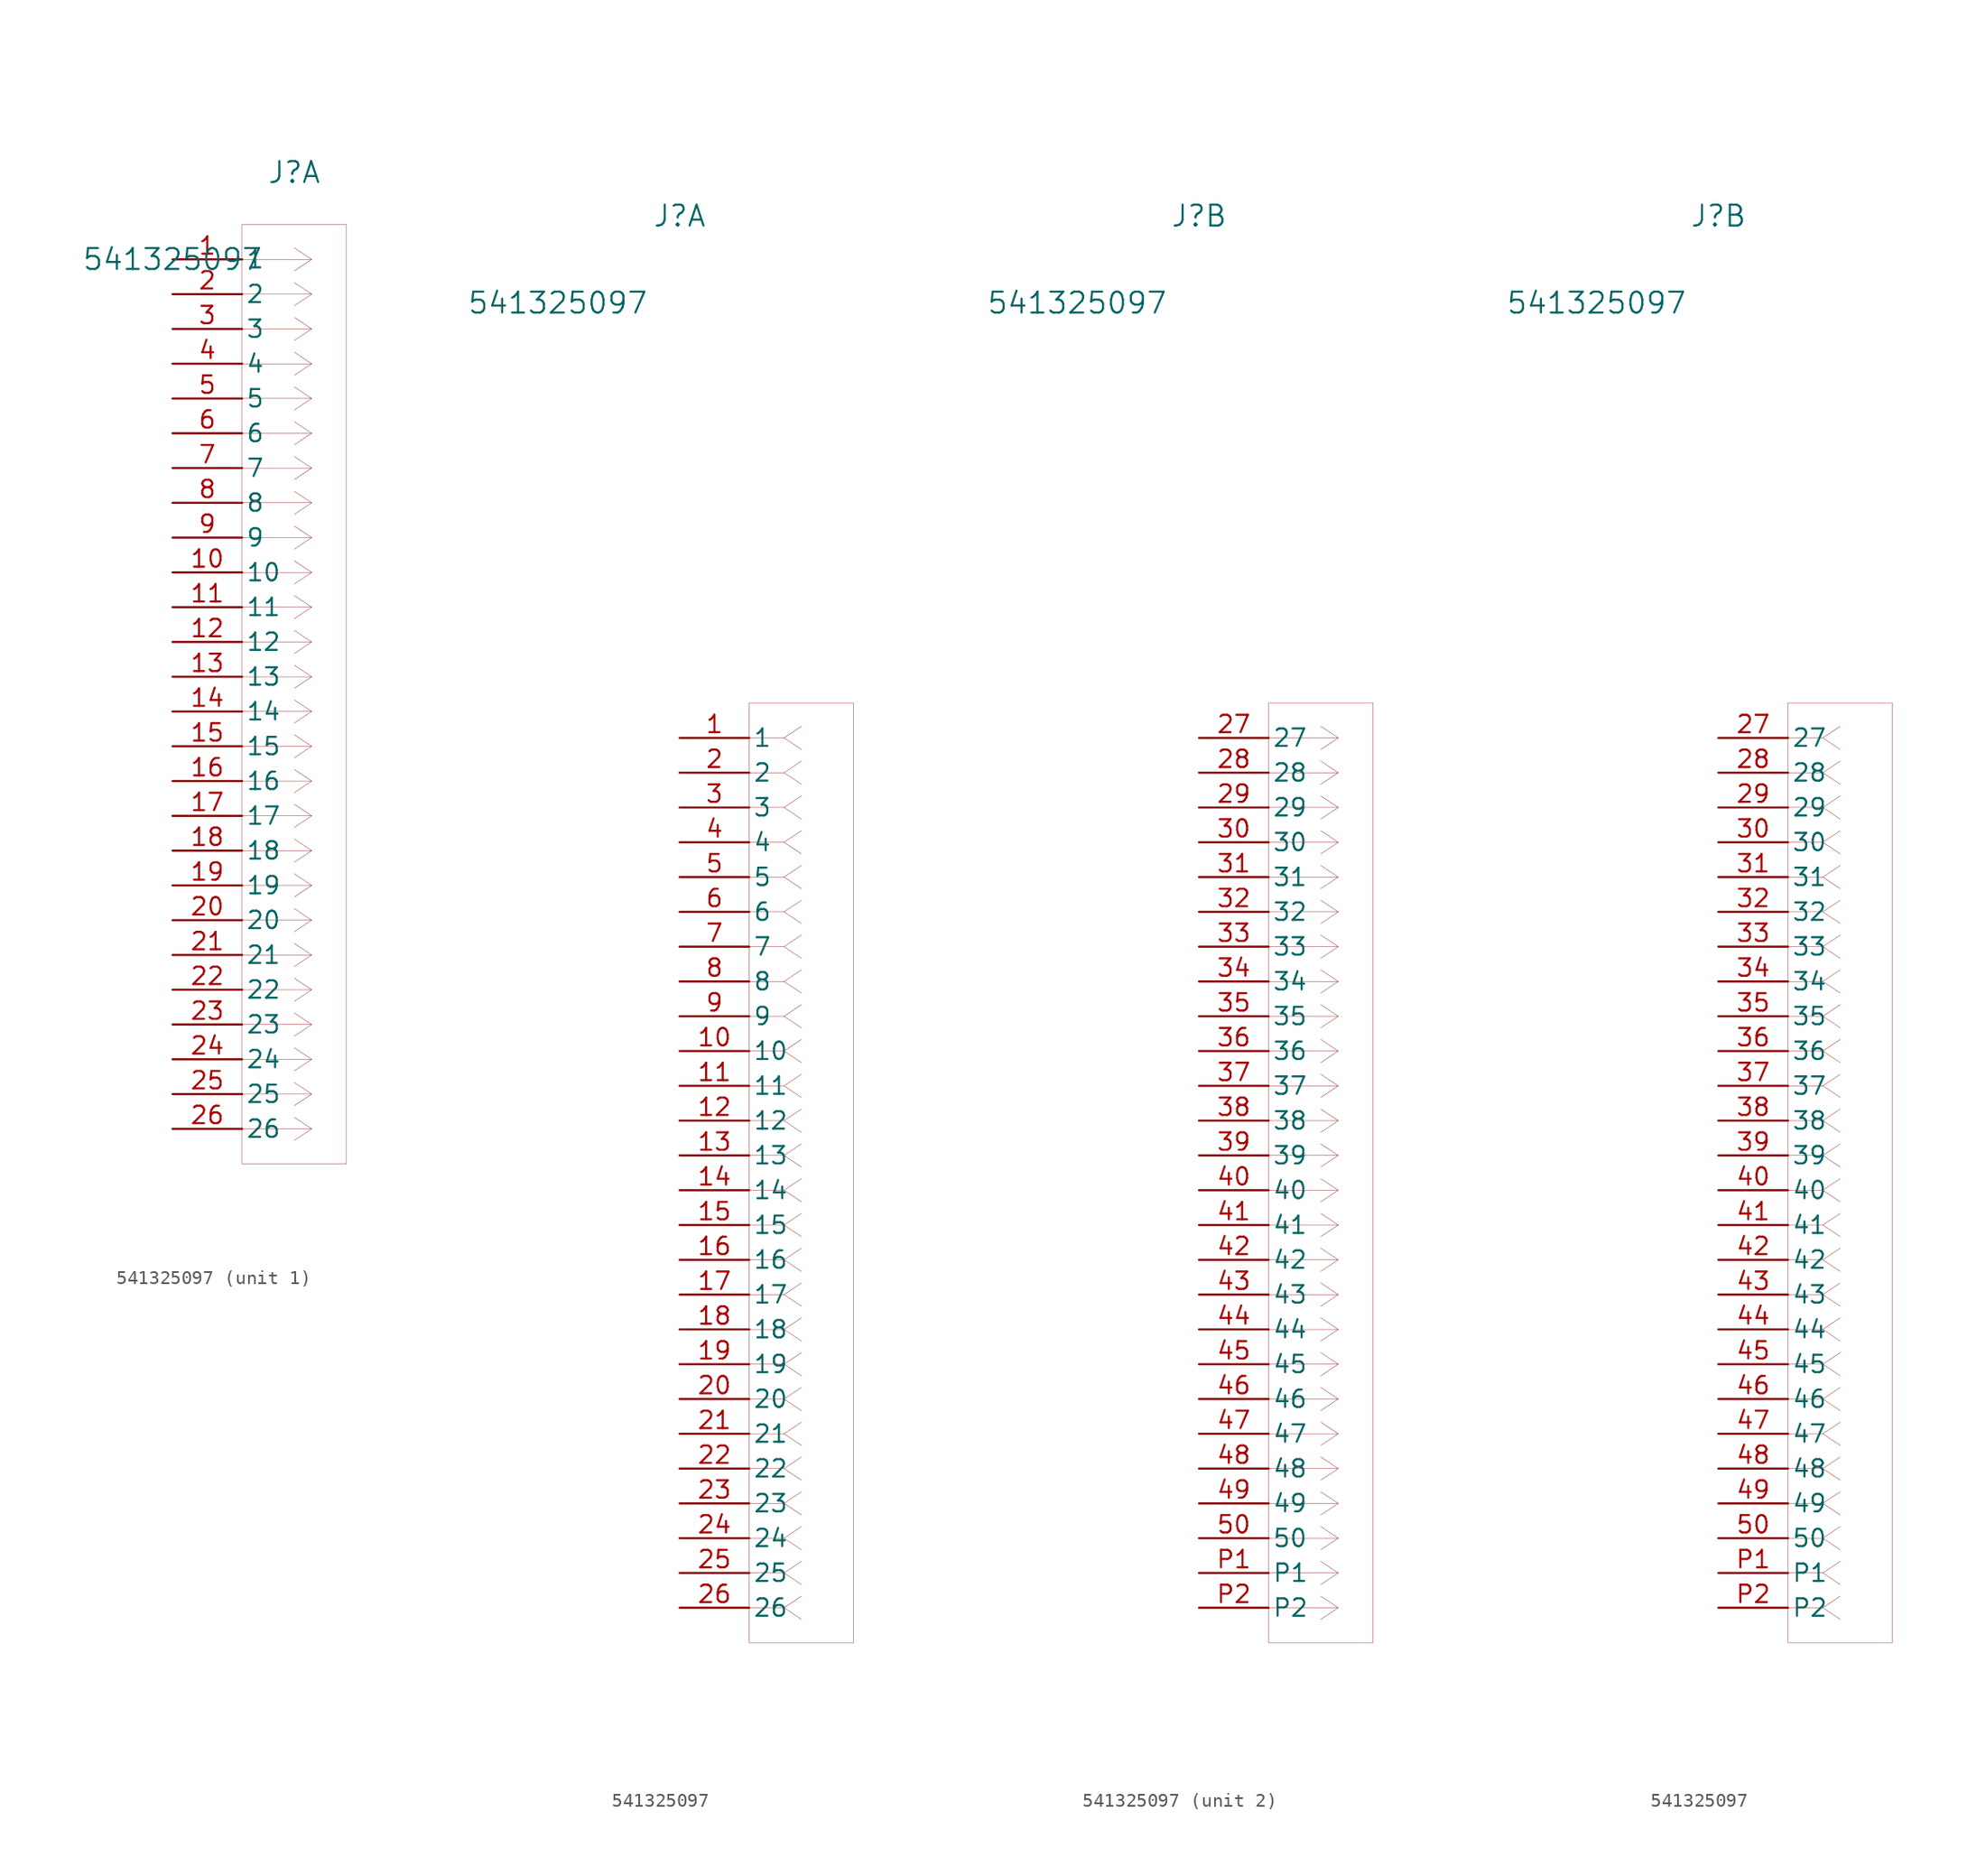
<source format=kicad_sym>
(kicad_symbol_lib
  (version 20241209)
  (generator "kicad_symbol_editor")
  (generator_version "9.0")
  (symbol "541325097"
    (pin_names
      (offset 0.254))
    (property "Reference" "J"
      (at 0 38.1 0)
      (effects (font (size 1.524 1.524))))
    (property "Value" "541325097"
      (at -8.89 31.75 0)
      (effects (font (size 1.524 1.524))))
    (property "ki_locked" ""
      (at 0 0 0)
      (effects (font (size 1.27 1.27))))
    (symbol "541325097_1_1"
      (polyline (pts (xy -3.81 34.29) (xy -3.81 -34.29)) (stroke (width 0.025) (type default)) (fill (type none)))
      (polyline (pts (xy -3.81 -34.29) (xy 3.81 -34.29)) (stroke (width 0.025) (type default)) (fill (type none)))
      (polyline (pts (xy 1.27 31.75) (xy -3.81 31.75)) (stroke (width 0.025) (type default)) (fill (type none)))
      (polyline (pts (xy 1.27 31.75) (xy 0 32.597)) (stroke (width 0.025) (type default)) (fill (type none)))
      (polyline (pts (xy 1.27 31.75) (xy 0 30.903)) (stroke (width 0.025) (type default)) (fill (type none)))
      (polyline (pts (xy 1.27 29.21) (xy -3.81 29.21)) (stroke (width 0.025) (type default)) (fill (type none)))
      (polyline (pts (xy 1.27 29.21) (xy 0 30.057)) (stroke (width 0.025) (type default)) (fill (type none)))
      (polyline (pts (xy 1.27 29.21) (xy 0 28.363)) (stroke (width 0.025) (type default)) (fill (type none)))
      (polyline (pts (xy 1.27 26.67) (xy -3.81 26.67)) (stroke (width 0.025) (type default)) (fill (type none)))
      (polyline (pts (xy 1.27 26.67) (xy 0 27.517)) (stroke (width 0.025) (type default)) (fill (type none)))
      (polyline (pts (xy 1.27 26.67) (xy 0 25.823)) (stroke (width 0.025) (type default)) (fill (type none)))
      (polyline (pts (xy 1.27 24.13) (xy -3.81 24.13)) (stroke (width 0.025) (type default)) (fill (type none)))
      (polyline (pts (xy 1.27 24.13) (xy 0 24.977)) (stroke (width 0.025) (type default)) (fill (type none)))
      (polyline (pts (xy 1.27 24.13) (xy 0 23.283)) (stroke (width 0.025) (type default)) (fill (type none)))
      (polyline (pts (xy 1.27 21.59) (xy -3.81 21.59)) (stroke (width 0.025) (type default)) (fill (type none)))
      (polyline (pts (xy 1.27 21.59) (xy 0 22.437)) (stroke (width 0.025) (type default)) (fill (type none)))
      (polyline (pts (xy 1.27 21.59) (xy 0 20.743)) (stroke (width 0.025) (type default)) (fill (type none)))
      (polyline (pts (xy 1.27 19.05) (xy -3.81 19.05)) (stroke (width 0.025) (type default)) (fill (type none)))
      (polyline (pts (xy 1.27 19.05) (xy 0 19.897)) (stroke (width 0.025) (type default)) (fill (type none)))
      (polyline (pts (xy 1.27 19.05) (xy 0 18.203)) (stroke (width 0.025) (type default)) (fill (type none)))
      (polyline (pts (xy 1.27 16.51) (xy -3.81 16.51)) (stroke (width 0.025) (type default)) (fill (type none)))
      (polyline (pts (xy 1.27 16.51) (xy 0 17.357)) (stroke (width 0.025) (type default)) (fill (type none)))
      (polyline (pts (xy 1.27 16.51) (xy 0 15.663)) (stroke (width 0.025) (type default)) (fill (type none)))
      (polyline (pts (xy 1.27 13.97) (xy -3.81 13.97)) (stroke (width 0.025) (type default)) (fill (type none)))
      (polyline (pts (xy 1.27 13.97) (xy 0 14.817)) (stroke (width 0.025) (type default)) (fill (type none)))
      (polyline (pts (xy 1.27 13.97) (xy 0 13.123)) (stroke (width 0.025) (type default)) (fill (type none)))
      (polyline (pts (xy 1.27 11.43) (xy -3.81 11.43)) (stroke (width 0.025) (type default)) (fill (type none)))
      (polyline (pts (xy 1.27 11.43) (xy 0 12.277)) (stroke (width 0.025) (type default)) (fill (type none)))
      (polyline (pts (xy 1.27 11.43) (xy 0 10.583)) (stroke (width 0.025) (type default)) (fill (type none)))
      (polyline (pts (xy 1.27 8.89) (xy -3.81 8.89)) (stroke (width 0.025) (type default)) (fill (type none)))
      (polyline (pts (xy 1.27 8.89) (xy 0 9.737)) (stroke (width 0.025) (type default)) (fill (type none)))
      (polyline (pts (xy 1.27 8.89) (xy 0 8.043)) (stroke (width 0.025) (type default)) (fill (type none)))
      (polyline (pts (xy 1.27 6.35) (xy -3.81 6.35)) (stroke (width 0.025) (type default)) (fill (type none)))
      (polyline (pts (xy 1.27 6.35) (xy 0 7.197)) (stroke (width 0.025) (type default)) (fill (type none)))
      (polyline (pts (xy 1.27 6.35) (xy 0 5.503)) (stroke (width 0.025) (type default)) (fill (type none)))
      (polyline (pts (xy 1.27 3.81) (xy -3.81 3.81)) (stroke (width 0.025) (type default)) (fill (type none)))
      (polyline (pts (xy 1.27 3.81) (xy 0 4.657)) (stroke (width 0.025) (type default)) (fill (type none)))
      (polyline (pts (xy 1.27 3.81) (xy 0 2.963)) (stroke (width 0.025) (type default)) (fill (type none)))
      (polyline (pts (xy 1.27 1.27) (xy -3.81 1.27)) (stroke (width 0.025) (type default)) (fill (type none)))
      (polyline (pts (xy 1.27 1.27) (xy 0 2.117)) (stroke (width 0.025) (type default)) (fill (type none)))
      (polyline (pts (xy 1.27 1.27) (xy 0 0.423)) (stroke (width 0.025) (type default)) (fill (type none)))
      (polyline (pts (xy 1.27 -1.27) (xy -3.81 -1.27)) (stroke (width 0.025) (type default)) (fill (type none)))
      (polyline (pts (xy 1.27 -1.27) (xy 0 -0.423)) (stroke (width 0.025) (type default)) (fill (type none)))
      (polyline (pts (xy 1.27 -1.27) (xy 0 -2.117)) (stroke (width 0.025) (type default)) (fill (type none)))
      (polyline (pts (xy 1.27 -3.81) (xy -3.81 -3.81)) (stroke (width 0.025) (type default)) (fill (type none)))
      (polyline (pts (xy 1.27 -3.81) (xy 0 -2.963)) (stroke (width 0.025) (type default)) (fill (type none)))
      (polyline (pts (xy 1.27 -3.81) (xy 0 -4.657)) (stroke (width 0.025) (type default)) (fill (type none)))
      (polyline (pts (xy 1.27 -6.35) (xy -3.81 -6.35)) (stroke (width 0.025) (type default)) (fill (type none)))
      (polyline (pts (xy 1.27 -6.35) (xy 0 -5.503)) (stroke (width 0.025) (type default)) (fill (type none)))
      (polyline (pts (xy 1.27 -6.35) (xy 0 -7.197)) (stroke (width 0.025) (type default)) (fill (type none)))
      (polyline (pts (xy 1.27 -8.89) (xy -3.81 -8.89)) (stroke (width 0.025) (type default)) (fill (type none)))
      (polyline (pts (xy 1.27 -8.89) (xy 0 -8.043)) (stroke (width 0.025) (type default)) (fill (type none)))
      (polyline (pts (xy 1.27 -8.89) (xy 0 -9.737)) (stroke (width 0.025) (type default)) (fill (type none)))
      (polyline (pts (xy 1.27 -11.43) (xy -3.81 -11.43)) (stroke (width 0.025) (type default)) (fill (type none)))
      (polyline (pts (xy 1.27 -11.43) (xy 0 -10.583)) (stroke (width 0.025) (type default)) (fill (type none)))
      (polyline (pts (xy 1.27 -11.43) (xy 0 -12.277)) (stroke (width 0.025) (type default)) (fill (type none)))
      (polyline (pts (xy 1.27 -13.97) (xy -3.81 -13.97)) (stroke (width 0.025) (type default)) (fill (type none)))
      (polyline (pts (xy 1.27 -13.97) (xy 0 -13.123)) (stroke (width 0.025) (type default)) (fill (type none)))
      (polyline (pts (xy 1.27 -13.97) (xy 0 -14.817)) (stroke (width 0.025) (type default)) (fill (type none)))
      (polyline (pts (xy 1.27 -16.51) (xy -3.81 -16.51)) (stroke (width 0.025) (type default)) (fill (type none)))
      (polyline (pts (xy 1.27 -16.51) (xy 0 -15.663)) (stroke (width 0.025) (type default)) (fill (type none)))
      (polyline (pts (xy 1.27 -16.51) (xy 0 -17.357)) (stroke (width 0.025) (type default)) (fill (type none)))
      (polyline (pts (xy 1.27 -19.05) (xy -3.81 -19.05)) (stroke (width 0.025) (type default)) (fill (type none)))
      (polyline (pts (xy 1.27 -19.05) (xy 0 -18.203)) (stroke (width 0.025) (type default)) (fill (type none)))
      (polyline (pts (xy 1.27 -19.05) (xy 0 -19.897)) (stroke (width 0.025) (type default)) (fill (type none)))
      (polyline (pts (xy 1.27 -21.59) (xy -3.81 -21.59)) (stroke (width 0.025) (type default)) (fill (type none)))
      (polyline (pts (xy 1.27 -21.59) (xy 0 -20.743)) (stroke (width 0.025) (type default)) (fill (type none)))
      (polyline (pts (xy 1.27 -21.59) (xy 0 -22.437)) (stroke (width 0.025) (type default)) (fill (type none)))
      (polyline (pts (xy 1.27 -24.13) (xy -3.81 -24.13)) (stroke (width 0.025) (type default)) (fill (type none)))
      (polyline (pts (xy 1.27 -24.13) (xy 0 -23.283)) (stroke (width 0.025) (type default)) (fill (type none)))
      (polyline (pts (xy 1.27 -24.13) (xy 0 -24.977)) (stroke (width 0.025) (type default)) (fill (type none)))
      (polyline (pts (xy 1.27 -26.67) (xy -3.81 -26.67)) (stroke (width 0.025) (type default)) (fill (type none)))
      (polyline (pts (xy 1.27 -26.67) (xy 0 -25.823)) (stroke (width 0.025) (type default)) (fill (type none)))
      (polyline (pts (xy 1.27 -26.67) (xy 0 -27.517)) (stroke (width 0.025) (type default)) (fill (type none)))
      (polyline (pts (xy 1.27 -29.21) (xy -3.81 -29.21)) (stroke (width 0.025) (type default)) (fill (type none)))
      (polyline (pts (xy 1.27 -29.21) (xy 0 -28.363)) (stroke (width 0.025) (type default)) (fill (type none)))
      (polyline (pts (xy 1.27 -29.21) (xy 0 -30.057)) (stroke (width 0.025) (type default)) (fill (type none)))
      (polyline (pts (xy 1.27 -31.75) (xy -3.81 -31.75)) (stroke (width 0.025) (type default)) (fill (type none)))
      (polyline (pts (xy 1.27 -31.75) (xy 0 -30.903)) (stroke (width 0.025) (type default)) (fill (type none)))
      (polyline (pts (xy 1.27 -31.75) (xy 0 -32.597)) (stroke (width 0.025) (type default)) (fill (type none)))
      (polyline (pts (xy 3.81 34.29) (xy -3.81 34.29)) (stroke (width 0.025) (type default)) (fill (type none)))
      (polyline (pts (xy 3.81 -34.29) (xy 3.81 34.29)) (stroke (width 0.025) (type default)) (fill (type none)))
      (pin unspecified line (at -8.89 31.75 0) (length 5.08) (name "1" (effects (font (size 1.27 1.27)))) (number "1" (effects (font (size 1.27 1.27)))))
      (pin unspecified line (at -8.89 29.21 0) (length 5.08) (name "2" (effects (font (size 1.27 1.27)))) (number "2" (effects (font (size 1.27 1.27)))))
      (pin unspecified line (at -8.89 26.67 0) (length 5.08) (name "3" (effects (font (size 1.27 1.27)))) (number "3" (effects (font (size 1.27 1.27)))))
      (pin unspecified line (at -8.89 24.13 0) (length 5.08) (name "4" (effects (font (size 1.27 1.27)))) (number "4" (effects (font (size 1.27 1.27)))))
      (pin unspecified line (at -8.89 21.59 0) (length 5.08) (name "5" (effects (font (size 1.27 1.27)))) (number "5" (effects (font (size 1.27 1.27)))))
      (pin unspecified line (at -8.89 19.05 0) (length 5.08) (name "6" (effects (font (size 1.27 1.27)))) (number "6" (effects (font (size 1.27 1.27)))))
      (pin unspecified line (at -8.89 16.51 0) (length 5.08) (name "7" (effects (font (size 1.27 1.27)))) (number "7" (effects (font (size 1.27 1.27)))))
      (pin unspecified line (at -8.89 13.97 0) (length 5.08) (name "8" (effects (font (size 1.27 1.27)))) (number "8" (effects (font (size 1.27 1.27)))))
      (pin unspecified line (at -8.89 11.43 0) (length 5.08) (name "9" (effects (font (size 1.27 1.27)))) (number "9" (effects (font (size 1.27 1.27)))))
      (pin unspecified line (at -8.89 8.89 0) (length 5.08) (name "10" (effects (font (size 1.27 1.27)))) (number "10" (effects (font (size 1.27 1.27)))))
      (pin unspecified line (at -8.89 6.35 0) (length 5.08) (name "11" (effects (font (size 1.27 1.27)))) (number "11" (effects (font (size 1.27 1.27)))))
      (pin unspecified line (at -8.89 3.81 0) (length 5.08) (name "12" (effects (font (size 1.27 1.27)))) (number "12" (effects (font (size 1.27 1.27)))))
      (pin unspecified line (at -8.89 1.27 0) (length 5.08) (name "13" (effects (font (size 1.27 1.27)))) (number "13" (effects (font (size 1.27 1.27)))))
      (pin unspecified line (at -8.89 -1.27 0) (length 5.08) (name "14" (effects (font (size 1.27 1.27)))) (number "14" (effects (font (size 1.27 1.27)))))
      (pin unspecified line (at -8.89 -3.81 0) (length 5.08) (name "15" (effects (font (size 1.27 1.27)))) (number "15" (effects (font (size 1.27 1.27)))))
      (pin unspecified line (at -8.89 -6.35 0) (length 5.08) (name "16" (effects (font (size 1.27 1.27)))) (number "16" (effects (font (size 1.27 1.27)))))
      (pin unspecified line (at -8.89 -8.89 0) (length 5.08) (name "17" (effects (font (size 1.27 1.27)))) (number "17" (effects (font (size 1.27 1.27)))))
      (pin unspecified line (at -8.89 -11.43 0) (length 5.08) (name "18" (effects (font (size 1.27 1.27)))) (number "18" (effects (font (size 1.27 1.27)))))
      (pin unspecified line (at -8.89 -13.97 0) (length 5.08) (name "19" (effects (font (size 1.27 1.27)))) (number "19" (effects (font (size 1.27 1.27)))))
      (pin unspecified line (at -8.89 -16.51 0) (length 5.08) (name "20" (effects (font (size 1.27 1.27)))) (number "20" (effects (font (size 1.27 1.27)))))
      (pin unspecified line (at -8.89 -19.05 0) (length 5.08) (name "21" (effects (font (size 1.27 1.27)))) (number "21" (effects (font (size 1.27 1.27)))))
      (pin unspecified line (at -8.89 -21.59 0) (length 5.08) (name "22" (effects (font (size 1.27 1.27)))) (number "22" (effects (font (size 1.27 1.27)))))
      (pin unspecified line (at -8.89 -24.13 0) (length 5.08) (name "23" (effects (font (size 1.27 1.27)))) (number "23" (effects (font (size 1.27 1.27)))))
      (pin unspecified line (at -8.89 -26.67 0) (length 5.08) (name "24" (effects (font (size 1.27 1.27)))) (number "24" (effects (font (size 1.27 1.27)))))
      (pin unspecified line (at -8.89 -29.21 0) (length 5.08) (name "25" (effects (font (size 1.27 1.27)))) (number "25" (effects (font (size 1.27 1.27)))))
      (pin unspecified line (at -8.89 -31.75 0) (length 5.08) (name "26" (effects (font (size 1.27 1.27)))) (number "26" (effects (font (size 1.27 1.27))))))
    (symbol "541325097_1_2"
      (polyline (pts (xy 5.08 2.54) (xy 5.08 -66.04)) (stroke (width 0.025) (type default)) (fill (type none)))
      (polyline (pts (xy 5.08 -66.04) (xy 12.7 -66.04)) (stroke (width 0.025) (type default)) (fill (type none)))
      (polyline (pts (xy 7.62 0) (xy 5.08 0)) (stroke (width 0.025) (type default)) (fill (type none)))
      (polyline (pts (xy 7.62 0) (xy 8.89 0.847)) (stroke (width 0.025) (type default)) (fill (type none)))
      (polyline (pts (xy 7.62 0) (xy 8.89 -0.847)) (stroke (width 0.025) (type default)) (fill (type none)))
      (polyline (pts (xy 7.62 -2.54) (xy 5.08 -2.54)) (stroke (width 0.025) (type default)) (fill (type none)))
      (polyline (pts (xy 7.62 -2.54) (xy 8.89 -1.693)) (stroke (width 0.025) (type default)) (fill (type none)))
      (polyline (pts (xy 7.62 -2.54) (xy 8.89 -3.387)) (stroke (width 0.025) (type default)) (fill (type none)))
      (polyline (pts (xy 7.62 -5.08) (xy 5.08 -5.08)) (stroke (width 0.025) (type default)) (fill (type none)))
      (polyline (pts (xy 7.62 -5.08) (xy 8.89 -4.233)) (stroke (width 0.025) (type default)) (fill (type none)))
      (polyline (pts (xy 7.62 -5.08) (xy 8.89 -5.927)) (stroke (width 0.025) (type default)) (fill (type none)))
      (polyline (pts (xy 7.62 -7.62) (xy 5.08 -7.62)) (stroke (width 0.025) (type default)) (fill (type none)))
      (polyline (pts (xy 7.62 -7.62) (xy 8.89 -6.773)) (stroke (width 0.025) (type default)) (fill (type none)))
      (polyline (pts (xy 7.62 -7.62) (xy 8.89 -8.467)) (stroke (width 0.025) (type default)) (fill (type none)))
      (polyline (pts (xy 7.62 -10.16) (xy 5.08 -10.16)) (stroke (width 0.025) (type default)) (fill (type none)))
      (polyline (pts (xy 7.62 -10.16) (xy 8.89 -9.313)) (stroke (width 0.025) (type default)) (fill (type none)))
      (polyline (pts (xy 7.62 -10.16) (xy 8.89 -11.007)) (stroke (width 0.025) (type default)) (fill (type none)))
      (polyline (pts (xy 7.62 -12.7) (xy 5.08 -12.7)) (stroke (width 0.025) (type default)) (fill (type none)))
      (polyline (pts (xy 7.62 -12.7) (xy 8.89 -11.853)) (stroke (width 0.025) (type default)) (fill (type none)))
      (polyline (pts (xy 7.62 -12.7) (xy 8.89 -13.547)) (stroke (width 0.025) (type default)) (fill (type none)))
      (polyline (pts (xy 7.62 -15.24) (xy 5.08 -15.24)) (stroke (width 0.025) (type default)) (fill (type none)))
      (polyline (pts (xy 7.62 -15.24) (xy 8.89 -14.393)) (stroke (width 0.025) (type default)) (fill (type none)))
      (polyline (pts (xy 7.62 -15.24) (xy 8.89 -16.087)) (stroke (width 0.025) (type default)) (fill (type none)))
      (polyline (pts (xy 7.62 -17.78) (xy 5.08 -17.78)) (stroke (width 0.025) (type default)) (fill (type none)))
      (polyline (pts (xy 7.62 -17.78) (xy 8.89 -16.933)) (stroke (width 0.025) (type default)) (fill (type none)))
      (polyline (pts (xy 7.62 -17.78) (xy 8.89 -18.627)) (stroke (width 0.025) (type default)) (fill (type none)))
      (polyline (pts (xy 7.62 -20.32) (xy 5.08 -20.32)) (stroke (width 0.025) (type default)) (fill (type none)))
      (polyline (pts (xy 7.62 -20.32) (xy 8.89 -19.473)) (stroke (width 0.025) (type default)) (fill (type none)))
      (polyline (pts (xy 7.62 -20.32) (xy 8.89 -21.167)) (stroke (width 0.025) (type default)) (fill (type none)))
      (polyline (pts (xy 7.62 -22.86) (xy 5.08 -22.86)) (stroke (width 0.025) (type default)) (fill (type none)))
      (polyline (pts (xy 7.62 -22.86) (xy 8.89 -22.013)) (stroke (width 0.025) (type default)) (fill (type none)))
      (polyline (pts (xy 7.62 -22.86) (xy 8.89 -23.707)) (stroke (width 0.025) (type default)) (fill (type none)))
      (polyline (pts (xy 7.62 -25.4) (xy 5.08 -25.4)) (stroke (width 0.025) (type default)) (fill (type none)))
      (polyline (pts (xy 7.62 -25.4) (xy 8.89 -24.553)) (stroke (width 0.025) (type default)) (fill (type none)))
      (polyline (pts (xy 7.62 -25.4) (xy 8.89 -26.247)) (stroke (width 0.025) (type default)) (fill (type none)))
      (polyline (pts (xy 7.62 -27.94) (xy 5.08 -27.94)) (stroke (width 0.025) (type default)) (fill (type none)))
      (polyline (pts (xy 7.62 -27.94) (xy 8.89 -27.093)) (stroke (width 0.025) (type default)) (fill (type none)))
      (polyline (pts (xy 7.62 -27.94) (xy 8.89 -28.787)) (stroke (width 0.025) (type default)) (fill (type none)))
      (polyline (pts (xy 7.62 -30.48) (xy 5.08 -30.48)) (stroke (width 0.025) (type default)) (fill (type none)))
      (polyline (pts (xy 7.62 -30.48) (xy 8.89 -29.633)) (stroke (width 0.025) (type default)) (fill (type none)))
      (polyline (pts (xy 7.62 -30.48) (xy 8.89 -31.327)) (stroke (width 0.025) (type default)) (fill (type none)))
      (polyline (pts (xy 7.62 -33.02) (xy 5.08 -33.02)) (stroke (width 0.025) (type default)) (fill (type none)))
      (polyline (pts (xy 7.62 -33.02) (xy 8.89 -32.173)) (stroke (width 0.025) (type default)) (fill (type none)))
      (polyline (pts (xy 7.62 -33.02) (xy 8.89 -33.867)) (stroke (width 0.025) (type default)) (fill (type none)))
      (polyline (pts (xy 7.62 -35.56) (xy 5.08 -35.56)) (stroke (width 0.025) (type default)) (fill (type none)))
      (polyline (pts (xy 7.62 -35.56) (xy 8.89 -34.713)) (stroke (width 0.025) (type default)) (fill (type none)))
      (polyline (pts (xy 7.62 -35.56) (xy 8.89 -36.407)) (stroke (width 0.025) (type default)) (fill (type none)))
      (polyline (pts (xy 7.62 -38.1) (xy 5.08 -38.1)) (stroke (width 0.025) (type default)) (fill (type none)))
      (polyline (pts (xy 7.62 -38.1) (xy 8.89 -37.253)) (stroke (width 0.025) (type default)) (fill (type none)))
      (polyline (pts (xy 7.62 -38.1) (xy 8.89 -38.947)) (stroke (width 0.025) (type default)) (fill (type none)))
      (polyline (pts (xy 7.62 -40.64) (xy 5.08 -40.64)) (stroke (width 0.025) (type default)) (fill (type none)))
      (polyline (pts (xy 7.62 -40.64) (xy 8.89 -39.793)) (stroke (width 0.025) (type default)) (fill (type none)))
      (polyline (pts (xy 7.62 -40.64) (xy 8.89 -41.487)) (stroke (width 0.025) (type default)) (fill (type none)))
      (polyline (pts (xy 7.62 -43.18) (xy 5.08 -43.18)) (stroke (width 0.025) (type default)) (fill (type none)))
      (polyline (pts (xy 7.62 -43.18) (xy 8.89 -42.333)) (stroke (width 0.025) (type default)) (fill (type none)))
      (polyline (pts (xy 7.62 -43.18) (xy 8.89 -44.027)) (stroke (width 0.025) (type default)) (fill (type none)))
      (polyline (pts (xy 7.62 -45.72) (xy 5.08 -45.72)) (stroke (width 0.025) (type default)) (fill (type none)))
      (polyline (pts (xy 7.62 -45.72) (xy 8.89 -44.873)) (stroke (width 0.025) (type default)) (fill (type none)))
      (polyline (pts (xy 7.62 -45.72) (xy 8.89 -46.567)) (stroke (width 0.025) (type default)) (fill (type none)))
      (polyline (pts (xy 7.62 -48.26) (xy 5.08 -48.26)) (stroke (width 0.025) (type default)) (fill (type none)))
      (polyline (pts (xy 7.62 -48.26) (xy 8.89 -47.413)) (stroke (width 0.025) (type default)) (fill (type none)))
      (polyline (pts (xy 7.62 -48.26) (xy 8.89 -49.107)) (stroke (width 0.025) (type default)) (fill (type none)))
      (polyline (pts (xy 7.62 -50.8) (xy 5.08 -50.8)) (stroke (width 0.025) (type default)) (fill (type none)))
      (polyline (pts (xy 7.62 -50.8) (xy 8.89 -49.953)) (stroke (width 0.025) (type default)) (fill (type none)))
      (polyline (pts (xy 7.62 -50.8) (xy 8.89 -51.647)) (stroke (width 0.025) (type default)) (fill (type none)))
      (polyline (pts (xy 7.62 -53.34) (xy 5.08 -53.34)) (stroke (width 0.025) (type default)) (fill (type none)))
      (polyline (pts (xy 7.62 -53.34) (xy 8.89 -52.493)) (stroke (width 0.025) (type default)) (fill (type none)))
      (polyline (pts (xy 7.62 -53.34) (xy 8.89 -54.187)) (stroke (width 0.025) (type default)) (fill (type none)))
      (polyline (pts (xy 7.62 -55.88) (xy 5.08 -55.88)) (stroke (width 0.025) (type default)) (fill (type none)))
      (polyline (pts (xy 7.62 -55.88) (xy 8.89 -55.033)) (stroke (width 0.025) (type default)) (fill (type none)))
      (polyline (pts (xy 7.62 -55.88) (xy 8.89 -56.727)) (stroke (width 0.025) (type default)) (fill (type none)))
      (polyline (pts (xy 7.62 -58.42) (xy 5.08 -58.42)) (stroke (width 0.025) (type default)) (fill (type none)))
      (polyline (pts (xy 7.62 -58.42) (xy 8.89 -57.573)) (stroke (width 0.025) (type default)) (fill (type none)))
      (polyline (pts (xy 7.62 -58.42) (xy 8.89 -59.267)) (stroke (width 0.025) (type default)) (fill (type none)))
      (polyline (pts (xy 7.62 -60.96) (xy 5.08 -60.96)) (stroke (width 0.025) (type default)) (fill (type none)))
      (polyline (pts (xy 7.62 -60.96) (xy 8.89 -60.113)) (stroke (width 0.025) (type default)) (fill (type none)))
      (polyline (pts (xy 7.62 -60.96) (xy 8.89 -61.807)) (stroke (width 0.025) (type default)) (fill (type none)))
      (polyline (pts (xy 7.62 -63.5) (xy 5.08 -63.5)) (stroke (width 0.025) (type default)) (fill (type none)))
      (polyline (pts (xy 7.62 -63.5) (xy 8.89 -62.653)) (stroke (width 0.025) (type default)) (fill (type none)))
      (polyline (pts (xy 7.62 -63.5) (xy 8.89 -64.347)) (stroke (width 0.025) (type default)) (fill (type none)))
      (polyline (pts (xy 12.7 2.54) (xy 5.08 2.54)) (stroke (width 0.025) (type default)) (fill (type none)))
      (polyline (pts (xy 12.7 -66.04) (xy 12.7 2.54)) (stroke (width 0.025) (type default)) (fill (type none)))
      (pin unspecified line (at 0 0 0) (length 5.08) (name "1" (effects (font (size 1.27 1.27)))) (number "1" (effects (font (size 1.27 1.27)))))
      (pin unspecified line (at 0 -2.54 0) (length 5.08) (name "2" (effects (font (size 1.27 1.27)))) (number "2" (effects (font (size 1.27 1.27)))))
      (pin unspecified line (at 0 -5.08 0) (length 5.08) (name "3" (effects (font (size 1.27 1.27)))) (number "3" (effects (font (size 1.27 1.27)))))
      (pin unspecified line (at 0 -7.62 0) (length 5.08) (name "4" (effects (font (size 1.27 1.27)))) (number "4" (effects (font (size 1.27 1.27)))))
      (pin unspecified line (at 0 -10.16 0) (length 5.08) (name "5" (effects (font (size 1.27 1.27)))) (number "5" (effects (font (size 1.27 1.27)))))
      (pin unspecified line (at 0 -12.7 0) (length 5.08) (name "6" (effects (font (size 1.27 1.27)))) (number "6" (effects (font (size 1.27 1.27)))))
      (pin unspecified line (at 0 -15.24 0) (length 5.08) (name "7" (effects (font (size 1.27 1.27)))) (number "7" (effects (font (size 1.27 1.27)))))
      (pin unspecified line (at 0 -17.78 0) (length 5.08) (name "8" (effects (font (size 1.27 1.27)))) (number "8" (effects (font (size 1.27 1.27)))))
      (pin unspecified line (at 0 -20.32 0) (length 5.08) (name "9" (effects (font (size 1.27 1.27)))) (number "9" (effects (font (size 1.27 1.27)))))
      (pin unspecified line (at 0 -22.86 0) (length 5.08) (name "10" (effects (font (size 1.27 1.27)))) (number "10" (effects (font (size 1.27 1.27)))))
      (pin unspecified line (at 0 -25.4 0) (length 5.08) (name "11" (effects (font (size 1.27 1.27)))) (number "11" (effects (font (size 1.27 1.27)))))
      (pin unspecified line (at 0 -27.94 0) (length 5.08) (name "12" (effects (font (size 1.27 1.27)))) (number "12" (effects (font (size 1.27 1.27)))))
      (pin unspecified line (at 0 -30.48 0) (length 5.08) (name "13" (effects (font (size 1.27 1.27)))) (number "13" (effects (font (size 1.27 1.27)))))
      (pin unspecified line (at 0 -33.02 0) (length 5.08) (name "14" (effects (font (size 1.27 1.27)))) (number "14" (effects (font (size 1.27 1.27)))))
      (pin unspecified line (at 0 -35.56 0) (length 5.08) (name "15" (effects (font (size 1.27 1.27)))) (number "15" (effects (font (size 1.27 1.27)))))
      (pin unspecified line (at 0 -38.1 0) (length 5.08) (name "16" (effects (font (size 1.27 1.27)))) (number "16" (effects (font (size 1.27 1.27)))))
      (pin unspecified line (at 0 -40.64 0) (length 5.08) (name "17" (effects (font (size 1.27 1.27)))) (number "17" (effects (font (size 1.27 1.27)))))
      (pin unspecified line (at 0 -43.18 0) (length 5.08) (name "18" (effects (font (size 1.27 1.27)))) (number "18" (effects (font (size 1.27 1.27)))))
      (pin unspecified line (at 0 -45.72 0) (length 5.08) (name "19" (effects (font (size 1.27 1.27)))) (number "19" (effects (font (size 1.27 1.27)))))
      (pin unspecified line (at 0 -48.26 0) (length 5.08) (name "20" (effects (font (size 1.27 1.27)))) (number "20" (effects (font (size 1.27 1.27)))))
      (pin unspecified line (at 0 -50.8 0) (length 5.08) (name "21" (effects (font (size 1.27 1.27)))) (number "21" (effects (font (size 1.27 1.27)))))
      (pin unspecified line (at 0 -53.34 0) (length 5.08) (name "22" (effects (font (size 1.27 1.27)))) (number "22" (effects (font (size 1.27 1.27)))))
      (pin unspecified line (at 0 -55.88 0) (length 5.08) (name "23" (effects (font (size 1.27 1.27)))) (number "23" (effects (font (size 1.27 1.27)))))
      (pin unspecified line (at 0 -58.42 0) (length 5.08) (name "24" (effects (font (size 1.27 1.27)))) (number "24" (effects (font (size 1.27 1.27)))))
      (pin unspecified line (at 0 -60.96 0) (length 5.08) (name "25" (effects (font (size 1.27 1.27)))) (number "25" (effects (font (size 1.27 1.27)))))
      (pin unspecified line (at 0 -63.5 0) (length 5.08) (name "26" (effects (font (size 1.27 1.27)))) (number "26" (effects (font (size 1.27 1.27))))))
    (symbol "541325097_2_1"
      (polyline (pts (xy 5.08 2.54) (xy 5.08 -66.04)) (stroke (width 0.025) (type default)) (fill (type none)))
      (polyline (pts (xy 5.08 -66.04) (xy 12.7 -66.04)) (stroke (width 0.025) (type default)) (fill (type none)))
      (polyline (pts (xy 10.16 0) (xy 5.08 0)) (stroke (width 0.025) (type default)) (fill (type none)))
      (polyline (pts (xy 10.16 0) (xy 8.89 0.847)) (stroke (width 0.025) (type default)) (fill (type none)))
      (polyline (pts (xy 10.16 0) (xy 8.89 -0.847)) (stroke (width 0.025) (type default)) (fill (type none)))
      (polyline (pts (xy 10.16 -2.54) (xy 5.08 -2.54)) (stroke (width 0.025) (type default)) (fill (type none)))
      (polyline (pts (xy 10.16 -2.54) (xy 8.89 -1.693)) (stroke (width 0.025) (type default)) (fill (type none)))
      (polyline (pts (xy 10.16 -2.54) (xy 8.89 -3.387)) (stroke (width 0.025) (type default)) (fill (type none)))
      (polyline (pts (xy 10.16 -5.08) (xy 5.08 -5.08)) (stroke (width 0.025) (type default)) (fill (type none)))
      (polyline (pts (xy 10.16 -5.08) (xy 8.89 -4.233)) (stroke (width 0.025) (type default)) (fill (type none)))
      (polyline (pts (xy 10.16 -5.08) (xy 8.89 -5.927)) (stroke (width 0.025) (type default)) (fill (type none)))
      (polyline (pts (xy 10.16 -7.62) (xy 5.08 -7.62)) (stroke (width 0.025) (type default)) (fill (type none)))
      (polyline (pts (xy 10.16 -7.62) (xy 8.89 -6.773)) (stroke (width 0.025) (type default)) (fill (type none)))
      (polyline (pts (xy 10.16 -7.62) (xy 8.89 -8.467)) (stroke (width 0.025) (type default)) (fill (type none)))
      (polyline (pts (xy 10.16 -10.16) (xy 5.08 -10.16)) (stroke (width 0.025) (type default)) (fill (type none)))
      (polyline (pts (xy 10.16 -10.16) (xy 8.89 -9.313)) (stroke (width 0.025) (type default)) (fill (type none)))
      (polyline (pts (xy 10.16 -10.16) (xy 8.89 -11.007)) (stroke (width 0.025) (type default)) (fill (type none)))
      (polyline (pts (xy 10.16 -12.7) (xy 5.08 -12.7)) (stroke (width 0.025) (type default)) (fill (type none)))
      (polyline (pts (xy 10.16 -12.7) (xy 8.89 -11.853)) (stroke (width 0.025) (type default)) (fill (type none)))
      (polyline (pts (xy 10.16 -12.7) (xy 8.89 -13.547)) (stroke (width 0.025) (type default)) (fill (type none)))
      (polyline (pts (xy 10.16 -15.24) (xy 5.08 -15.24)) (stroke (width 0.025) (type default)) (fill (type none)))
      (polyline (pts (xy 10.16 -15.24) (xy 8.89 -14.393)) (stroke (width 0.025) (type default)) (fill (type none)))
      (polyline (pts (xy 10.16 -15.24) (xy 8.89 -16.087)) (stroke (width 0.025) (type default)) (fill (type none)))
      (polyline (pts (xy 10.16 -17.78) (xy 5.08 -17.78)) (stroke (width 0.025) (type default)) (fill (type none)))
      (polyline (pts (xy 10.16 -17.78) (xy 8.89 -16.933)) (stroke (width 0.025) (type default)) (fill (type none)))
      (polyline (pts (xy 10.16 -17.78) (xy 8.89 -18.627)) (stroke (width 0.025) (type default)) (fill (type none)))
      (polyline (pts (xy 10.16 -20.32) (xy 5.08 -20.32)) (stroke (width 0.025) (type default)) (fill (type none)))
      (polyline (pts (xy 10.16 -20.32) (xy 8.89 -19.473)) (stroke (width 0.025) (type default)) (fill (type none)))
      (polyline (pts (xy 10.16 -20.32) (xy 8.89 -21.167)) (stroke (width 0.025) (type default)) (fill (type none)))
      (polyline (pts (xy 10.16 -22.86) (xy 5.08 -22.86)) (stroke (width 0.025) (type default)) (fill (type none)))
      (polyline (pts (xy 10.16 -22.86) (xy 8.89 -22.013)) (stroke (width 0.025) (type default)) (fill (type none)))
      (polyline (pts (xy 10.16 -22.86) (xy 8.89 -23.707)) (stroke (width 0.025) (type default)) (fill (type none)))
      (polyline (pts (xy 10.16 -25.4) (xy 5.08 -25.4)) (stroke (width 0.025) (type default)) (fill (type none)))
      (polyline (pts (xy 10.16 -25.4) (xy 8.89 -24.553)) (stroke (width 0.025) (type default)) (fill (type none)))
      (polyline (pts (xy 10.16 -25.4) (xy 8.89 -26.247)) (stroke (width 0.025) (type default)) (fill (type none)))
      (polyline (pts (xy 10.16 -27.94) (xy 5.08 -27.94)) (stroke (width 0.025) (type default)) (fill (type none)))
      (polyline (pts (xy 10.16 -27.94) (xy 8.89 -27.093)) (stroke (width 0.025) (type default)) (fill (type none)))
      (polyline (pts (xy 10.16 -27.94) (xy 8.89 -28.787)) (stroke (width 0.025) (type default)) (fill (type none)))
      (polyline (pts (xy 10.16 -30.48) (xy 5.08 -30.48)) (stroke (width 0.025) (type default)) (fill (type none)))
      (polyline (pts (xy 10.16 -30.48) (xy 8.89 -29.633)) (stroke (width 0.025) (type default)) (fill (type none)))
      (polyline (pts (xy 10.16 -30.48) (xy 8.89 -31.327)) (stroke (width 0.025) (type default)) (fill (type none)))
      (polyline (pts (xy 10.16 -33.02) (xy 5.08 -33.02)) (stroke (width 0.025) (type default)) (fill (type none)))
      (polyline (pts (xy 10.16 -33.02) (xy 8.89 -32.173)) (stroke (width 0.025) (type default)) (fill (type none)))
      (polyline (pts (xy 10.16 -33.02) (xy 8.89 -33.867)) (stroke (width 0.025) (type default)) (fill (type none)))
      (polyline (pts (xy 10.16 -35.56) (xy 5.08 -35.56)) (stroke (width 0.025) (type default)) (fill (type none)))
      (polyline (pts (xy 10.16 -35.56) (xy 8.89 -34.713)) (stroke (width 0.025) (type default)) (fill (type none)))
      (polyline (pts (xy 10.16 -35.56) (xy 8.89 -36.407)) (stroke (width 0.025) (type default)) (fill (type none)))
      (polyline (pts (xy 10.16 -38.1) (xy 5.08 -38.1)) (stroke (width 0.025) (type default)) (fill (type none)))
      (polyline (pts (xy 10.16 -38.1) (xy 8.89 -37.253)) (stroke (width 0.025) (type default)) (fill (type none)))
      (polyline (pts (xy 10.16 -38.1) (xy 8.89 -38.947)) (stroke (width 0.025) (type default)) (fill (type none)))
      (polyline (pts (xy 10.16 -40.64) (xy 5.08 -40.64)) (stroke (width 0.025) (type default)) (fill (type none)))
      (polyline (pts (xy 10.16 -40.64) (xy 8.89 -39.793)) (stroke (width 0.025) (type default)) (fill (type none)))
      (polyline (pts (xy 10.16 -40.64) (xy 8.89 -41.487)) (stroke (width 0.025) (type default)) (fill (type none)))
      (polyline (pts (xy 10.16 -43.18) (xy 5.08 -43.18)) (stroke (width 0.025) (type default)) (fill (type none)))
      (polyline (pts (xy 10.16 -43.18) (xy 8.89 -42.333)) (stroke (width 0.025) (type default)) (fill (type none)))
      (polyline (pts (xy 10.16 -43.18) (xy 8.89 -44.027)) (stroke (width 0.025) (type default)) (fill (type none)))
      (polyline (pts (xy 10.16 -45.72) (xy 5.08 -45.72)) (stroke (width 0.025) (type default)) (fill (type none)))
      (polyline (pts (xy 10.16 -45.72) (xy 8.89 -44.873)) (stroke (width 0.025) (type default)) (fill (type none)))
      (polyline (pts (xy 10.16 -45.72) (xy 8.89 -46.567)) (stroke (width 0.025) (type default)) (fill (type none)))
      (polyline (pts (xy 10.16 -48.26) (xy 5.08 -48.26)) (stroke (width 0.025) (type default)) (fill (type none)))
      (polyline (pts (xy 10.16 -48.26) (xy 8.89 -47.413)) (stroke (width 0.025) (type default)) (fill (type none)))
      (polyline (pts (xy 10.16 -48.26) (xy 8.89 -49.107)) (stroke (width 0.025) (type default)) (fill (type none)))
      (polyline (pts (xy 10.16 -50.8) (xy 5.08 -50.8)) (stroke (width 0.025) (type default)) (fill (type none)))
      (polyline (pts (xy 10.16 -50.8) (xy 8.89 -49.953)) (stroke (width 0.025) (type default)) (fill (type none)))
      (polyline (pts (xy 10.16 -50.8) (xy 8.89 -51.647)) (stroke (width 0.025) (type default)) (fill (type none)))
      (polyline (pts (xy 10.16 -53.34) (xy 5.08 -53.34)) (stroke (width 0.025) (type default)) (fill (type none)))
      (polyline (pts (xy 10.16 -53.34) (xy 8.89 -52.493)) (stroke (width 0.025) (type default)) (fill (type none)))
      (polyline (pts (xy 10.16 -53.34) (xy 8.89 -54.187)) (stroke (width 0.025) (type default)) (fill (type none)))
      (polyline (pts (xy 10.16 -55.88) (xy 5.08 -55.88)) (stroke (width 0.025) (type default)) (fill (type none)))
      (polyline (pts (xy 10.16 -55.88) (xy 8.89 -55.033)) (stroke (width 0.025) (type default)) (fill (type none)))
      (polyline (pts (xy 10.16 -55.88) (xy 8.89 -56.727)) (stroke (width 0.025) (type default)) (fill (type none)))
      (polyline (pts (xy 10.16 -58.42) (xy 5.08 -58.42)) (stroke (width 0.025) (type default)) (fill (type none)))
      (polyline (pts (xy 10.16 -58.42) (xy 8.89 -57.573)) (stroke (width 0.025) (type default)) (fill (type none)))
      (polyline (pts (xy 10.16 -58.42) (xy 8.89 -59.267)) (stroke (width 0.025) (type default)) (fill (type none)))
      (polyline (pts (xy 10.16 -60.96) (xy 5.08 -60.96)) (stroke (width 0.025) (type default)) (fill (type none)))
      (polyline (pts (xy 10.16 -60.96) (xy 8.89 -60.113)) (stroke (width 0.025) (type default)) (fill (type none)))
      (polyline (pts (xy 10.16 -60.96) (xy 8.89 -61.807)) (stroke (width 0.025) (type default)) (fill (type none)))
      (polyline (pts (xy 10.16 -63.5) (xy 5.08 -63.5)) (stroke (width 0.025) (type default)) (fill (type none)))
      (polyline (pts (xy 10.16 -63.5) (xy 8.89 -62.653)) (stroke (width 0.025) (type default)) (fill (type none)))
      (polyline (pts (xy 10.16 -63.5) (xy 8.89 -64.347)) (stroke (width 0.025) (type default)) (fill (type none)))
      (polyline (pts (xy 12.7 2.54) (xy 5.08 2.54)) (stroke (width 0.025) (type default)) (fill (type none)))
      (polyline (pts (xy 12.7 -66.04) (xy 12.7 2.54)) (stroke (width 0.025) (type default)) (fill (type none)))
      (pin unspecified line (at 0 0 0) (length 5.08) (name "27" (effects (font (size 1.27 1.27)))) (number "27" (effects (font (size 1.27 1.27)))))
      (pin unspecified line (at 0 -2.54 0) (length 5.08) (name "28" (effects (font (size 1.27 1.27)))) (number "28" (effects (font (size 1.27 1.27)))))
      (pin unspecified line (at 0 -5.08 0) (length 5.08) (name "29" (effects (font (size 1.27 1.27)))) (number "29" (effects (font (size 1.27 1.27)))))
      (pin unspecified line (at 0 -7.62 0) (length 5.08) (name "30" (effects (font (size 1.27 1.27)))) (number "30" (effects (font (size 1.27 1.27)))))
      (pin unspecified line (at 0 -10.16 0) (length 5.08) (name "31" (effects (font (size 1.27 1.27)))) (number "31" (effects (font (size 1.27 1.27)))))
      (pin unspecified line (at 0 -12.7 0) (length 5.08) (name "32" (effects (font (size 1.27 1.27)))) (number "32" (effects (font (size 1.27 1.27)))))
      (pin unspecified line (at 0 -15.24 0) (length 5.08) (name "33" (effects (font (size 1.27 1.27)))) (number "33" (effects (font (size 1.27 1.27)))))
      (pin unspecified line (at 0 -17.78 0) (length 5.08) (name "34" (effects (font (size 1.27 1.27)))) (number "34" (effects (font (size 1.27 1.27)))))
      (pin unspecified line (at 0 -20.32 0) (length 5.08) (name "35" (effects (font (size 1.27 1.27)))) (number "35" (effects (font (size 1.27 1.27)))))
      (pin unspecified line (at 0 -22.86 0) (length 5.08) (name "36" (effects (font (size 1.27 1.27)))) (number "36" (effects (font (size 1.27 1.27)))))
      (pin unspecified line (at 0 -25.4 0) (length 5.08) (name "37" (effects (font (size 1.27 1.27)))) (number "37" (effects (font (size 1.27 1.27)))))
      (pin unspecified line (at 0 -27.94 0) (length 5.08) (name "38" (effects (font (size 1.27 1.27)))) (number "38" (effects (font (size 1.27 1.27)))))
      (pin unspecified line (at 0 -30.48 0) (length 5.08) (name "39" (effects (font (size 1.27 1.27)))) (number "39" (effects (font (size 1.27 1.27)))))
      (pin unspecified line (at 0 -33.02 0) (length 5.08) (name "40" (effects (font (size 1.27 1.27)))) (number "40" (effects (font (size 1.27 1.27)))))
      (pin unspecified line (at 0 -35.56 0) (length 5.08) (name "41" (effects (font (size 1.27 1.27)))) (number "41" (effects (font (size 1.27 1.27)))))
      (pin unspecified line (at 0 -38.1 0) (length 5.08) (name "42" (effects (font (size 1.27 1.27)))) (number "42" (effects (font (size 1.27 1.27)))))
      (pin unspecified line (at 0 -40.64 0) (length 5.08) (name "43" (effects (font (size 1.27 1.27)))) (number "43" (effects (font (size 1.27 1.27)))))
      (pin unspecified line (at 0 -43.18 0) (length 5.08) (name "44" (effects (font (size 1.27 1.27)))) (number "44" (effects (font (size 1.27 1.27)))))
      (pin unspecified line (at 0 -45.72 0) (length 5.08) (name "45" (effects (font (size 1.27 1.27)))) (number "45" (effects (font (size 1.27 1.27)))))
      (pin unspecified line (at 0 -48.26 0) (length 5.08) (name "46" (effects (font (size 1.27 1.27)))) (number "46" (effects (font (size 1.27 1.27)))))
      (pin unspecified line (at 0 -50.8 0) (length 5.08) (name "47" (effects (font (size 1.27 1.27)))) (number "47" (effects (font (size 1.27 1.27)))))
      (pin unspecified line (at 0 -53.34 0) (length 5.08) (name "48" (effects (font (size 1.27 1.27)))) (number "48" (effects (font (size 1.27 1.27)))))
      (pin unspecified line (at 0 -55.88 0) (length 5.08) (name "49" (effects (font (size 1.27 1.27)))) (number "49" (effects (font (size 1.27 1.27)))))
      (pin unspecified line (at 0 -58.42 0) (length 5.08) (name "50" (effects (font (size 1.27 1.27)))) (number "50" (effects (font (size 1.27 1.27)))))
      (pin unspecified line (at 0 -60.96 0) (length 5.08) (name "P1" (effects (font (size 1.27 1.27)))) (number "P1" (effects (font (size 1.27 1.27)))))
      (pin unspecified line (at 0 -63.5 0) (length 5.08) (name "P2" (effects (font (size 1.27 1.27)))) (number "P2" (effects (font (size 1.27 1.27))))))
    (symbol "541325097_2_2"
      (polyline (pts (xy 5.08 2.54) (xy 5.08 -66.04)) (stroke (width 0.025) (type default)) (fill (type none)))
      (polyline (pts (xy 5.08 -66.04) (xy 12.7 -66.04)) (stroke (width 0.025) (type default)) (fill (type none)))
      (polyline (pts (xy 7.62 0) (xy 5.08 0)) (stroke (width 0.025) (type default)) (fill (type none)))
      (polyline (pts (xy 7.62 0) (xy 8.89 0.847)) (stroke (width 0.025) (type default)) (fill (type none)))
      (polyline (pts (xy 7.62 0) (xy 8.89 -0.847)) (stroke (width 0.025) (type default)) (fill (type none)))
      (polyline (pts (xy 7.62 -2.54) (xy 5.08 -2.54)) (stroke (width 0.025) (type default)) (fill (type none)))
      (polyline (pts (xy 7.62 -2.54) (xy 8.89 -1.693)) (stroke (width 0.025) (type default)) (fill (type none)))
      (polyline (pts (xy 7.62 -2.54) (xy 8.89 -3.387)) (stroke (width 0.025) (type default)) (fill (type none)))
      (polyline (pts (xy 7.62 -5.08) (xy 5.08 -5.08)) (stroke (width 0.025) (type default)) (fill (type none)))
      (polyline (pts (xy 7.62 -5.08) (xy 8.89 -4.233)) (stroke (width 0.025) (type default)) (fill (type none)))
      (polyline (pts (xy 7.62 -5.08) (xy 8.89 -5.927)) (stroke (width 0.025) (type default)) (fill (type none)))
      (polyline (pts (xy 7.62 -7.62) (xy 5.08 -7.62)) (stroke (width 0.025) (type default)) (fill (type none)))
      (polyline (pts (xy 7.62 -7.62) (xy 8.89 -6.773)) (stroke (width 0.025) (type default)) (fill (type none)))
      (polyline (pts (xy 7.62 -7.62) (xy 8.89 -8.467)) (stroke (width 0.025) (type default)) (fill (type none)))
      (polyline (pts (xy 7.62 -10.16) (xy 5.08 -10.16)) (stroke (width 0.025) (type default)) (fill (type none)))
      (polyline (pts (xy 7.62 -10.16) (xy 8.89 -9.313)) (stroke (width 0.025) (type default)) (fill (type none)))
      (polyline (pts (xy 7.62 -10.16) (xy 8.89 -11.007)) (stroke (width 0.025) (type default)) (fill (type none)))
      (polyline (pts (xy 7.62 -12.7) (xy 5.08 -12.7)) (stroke (width 0.025) (type default)) (fill (type none)))
      (polyline (pts (xy 7.62 -12.7) (xy 8.89 -11.853)) (stroke (width 0.025) (type default)) (fill (type none)))
      (polyline (pts (xy 7.62 -12.7) (xy 8.89 -13.547)) (stroke (width 0.025) (type default)) (fill (type none)))
      (polyline (pts (xy 7.62 -15.24) (xy 5.08 -15.24)) (stroke (width 0.025) (type default)) (fill (type none)))
      (polyline (pts (xy 7.62 -15.24) (xy 8.89 -14.393)) (stroke (width 0.025) (type default)) (fill (type none)))
      (polyline (pts (xy 7.62 -15.24) (xy 8.89 -16.087)) (stroke (width 0.025) (type default)) (fill (type none)))
      (polyline (pts (xy 7.62 -17.78) (xy 5.08 -17.78)) (stroke (width 0.025) (type default)) (fill (type none)))
      (polyline (pts (xy 7.62 -17.78) (xy 8.89 -16.933)) (stroke (width 0.025) (type default)) (fill (type none)))
      (polyline (pts (xy 7.62 -17.78) (xy 8.89 -18.627)) (stroke (width 0.025) (type default)) (fill (type none)))
      (polyline (pts (xy 7.62 -20.32) (xy 5.08 -20.32)) (stroke (width 0.025) (type default)) (fill (type none)))
      (polyline (pts (xy 7.62 -20.32) (xy 8.89 -19.473)) (stroke (width 0.025) (type default)) (fill (type none)))
      (polyline (pts (xy 7.62 -20.32) (xy 8.89 -21.167)) (stroke (width 0.025) (type default)) (fill (type none)))
      (polyline (pts (xy 7.62 -22.86) (xy 5.08 -22.86)) (stroke (width 0.025) (type default)) (fill (type none)))
      (polyline (pts (xy 7.62 -22.86) (xy 8.89 -22.013)) (stroke (width 0.025) (type default)) (fill (type none)))
      (polyline (pts (xy 7.62 -22.86) (xy 8.89 -23.707)) (stroke (width 0.025) (type default)) (fill (type none)))
      (polyline (pts (xy 7.62 -25.4) (xy 5.08 -25.4)) (stroke (width 0.025) (type default)) (fill (type none)))
      (polyline (pts (xy 7.62 -25.4) (xy 8.89 -24.553)) (stroke (width 0.025) (type default)) (fill (type none)))
      (polyline (pts (xy 7.62 -25.4) (xy 8.89 -26.247)) (stroke (width 0.025) (type default)) (fill (type none)))
      (polyline (pts (xy 7.62 -27.94) (xy 5.08 -27.94)) (stroke (width 0.025) (type default)) (fill (type none)))
      (polyline (pts (xy 7.62 -27.94) (xy 8.89 -27.093)) (stroke (width 0.025) (type default)) (fill (type none)))
      (polyline (pts (xy 7.62 -27.94) (xy 8.89 -28.787)) (stroke (width 0.025) (type default)) (fill (type none)))
      (polyline (pts (xy 7.62 -30.48) (xy 5.08 -30.48)) (stroke (width 0.025) (type default)) (fill (type none)))
      (polyline (pts (xy 7.62 -30.48) (xy 8.89 -29.633)) (stroke (width 0.025) (type default)) (fill (type none)))
      (polyline (pts (xy 7.62 -30.48) (xy 8.89 -31.327)) (stroke (width 0.025) (type default)) (fill (type none)))
      (polyline (pts (xy 7.62 -33.02) (xy 5.08 -33.02)) (stroke (width 0.025) (type default)) (fill (type none)))
      (polyline (pts (xy 7.62 -33.02) (xy 8.89 -32.173)) (stroke (width 0.025) (type default)) (fill (type none)))
      (polyline (pts (xy 7.62 -33.02) (xy 8.89 -33.867)) (stroke (width 0.025) (type default)) (fill (type none)))
      (polyline (pts (xy 7.62 -35.56) (xy 5.08 -35.56)) (stroke (width 0.025) (type default)) (fill (type none)))
      (polyline (pts (xy 7.62 -35.56) (xy 8.89 -34.713)) (stroke (width 0.025) (type default)) (fill (type none)))
      (polyline (pts (xy 7.62 -35.56) (xy 8.89 -36.407)) (stroke (width 0.025) (type default)) (fill (type none)))
      (polyline (pts (xy 7.62 -38.1) (xy 5.08 -38.1)) (stroke (width 0.025) (type default)) (fill (type none)))
      (polyline (pts (xy 7.62 -38.1) (xy 8.89 -37.253)) (stroke (width 0.025) (type default)) (fill (type none)))
      (polyline (pts (xy 7.62 -38.1) (xy 8.89 -38.947)) (stroke (width 0.025) (type default)) (fill (type none)))
      (polyline (pts (xy 7.62 -40.64) (xy 5.08 -40.64)) (stroke (width 0.025) (type default)) (fill (type none)))
      (polyline (pts (xy 7.62 -40.64) (xy 8.89 -39.793)) (stroke (width 0.025) (type default)) (fill (type none)))
      (polyline (pts (xy 7.62 -40.64) (xy 8.89 -41.487)) (stroke (width 0.025) (type default)) (fill (type none)))
      (polyline (pts (xy 7.62 -43.18) (xy 5.08 -43.18)) (stroke (width 0.025) (type default)) (fill (type none)))
      (polyline (pts (xy 7.62 -43.18) (xy 8.89 -42.333)) (stroke (width 0.025) (type default)) (fill (type none)))
      (polyline (pts (xy 7.62 -43.18) (xy 8.89 -44.027)) (stroke (width 0.025) (type default)) (fill (type none)))
      (polyline (pts (xy 7.62 -45.72) (xy 5.08 -45.72)) (stroke (width 0.025) (type default)) (fill (type none)))
      (polyline (pts (xy 7.62 -45.72) (xy 8.89 -44.873)) (stroke (width 0.025) (type default)) (fill (type none)))
      (polyline (pts (xy 7.62 -45.72) (xy 8.89 -46.567)) (stroke (width 0.025) (type default)) (fill (type none)))
      (polyline (pts (xy 7.62 -48.26) (xy 5.08 -48.26)) (stroke (width 0.025) (type default)) (fill (type none)))
      (polyline (pts (xy 7.62 -48.26) (xy 8.89 -47.413)) (stroke (width 0.025) (type default)) (fill (type none)))
      (polyline (pts (xy 7.62 -48.26) (xy 8.89 -49.107)) (stroke (width 0.025) (type default)) (fill (type none)))
      (polyline (pts (xy 7.62 -50.8) (xy 5.08 -50.8)) (stroke (width 0.025) (type default)) (fill (type none)))
      (polyline (pts (xy 7.62 -50.8) (xy 8.89 -49.953)) (stroke (width 0.025) (type default)) (fill (type none)))
      (polyline (pts (xy 7.62 -50.8) (xy 8.89 -51.647)) (stroke (width 0.025) (type default)) (fill (type none)))
      (polyline (pts (xy 7.62 -53.34) (xy 5.08 -53.34)) (stroke (width 0.025) (type default)) (fill (type none)))
      (polyline (pts (xy 7.62 -53.34) (xy 8.89 -52.493)) (stroke (width 0.025) (type default)) (fill (type none)))
      (polyline (pts (xy 7.62 -53.34) (xy 8.89 -54.187)) (stroke (width 0.025) (type default)) (fill (type none)))
      (polyline (pts (xy 7.62 -55.88) (xy 5.08 -55.88)) (stroke (width 0.025) (type default)) (fill (type none)))
      (polyline (pts (xy 7.62 -55.88) (xy 8.89 -55.033)) (stroke (width 0.025) (type default)) (fill (type none)))
      (polyline (pts (xy 7.62 -55.88) (xy 8.89 -56.727)) (stroke (width 0.025) (type default)) (fill (type none)))
      (polyline (pts (xy 7.62 -58.42) (xy 5.08 -58.42)) (stroke (width 0.025) (type default)) (fill (type none)))
      (polyline (pts (xy 7.62 -58.42) (xy 8.89 -57.573)) (stroke (width 0.025) (type default)) (fill (type none)))
      (polyline (pts (xy 7.62 -58.42) (xy 8.89 -59.267)) (stroke (width 0.025) (type default)) (fill (type none)))
      (polyline (pts (xy 7.62 -60.96) (xy 5.08 -60.96)) (stroke (width 0.025) (type default)) (fill (type none)))
      (polyline (pts (xy 7.62 -60.96) (xy 8.89 -60.113)) (stroke (width 0.025) (type default)) (fill (type none)))
      (polyline (pts (xy 7.62 -60.96) (xy 8.89 -61.807)) (stroke (width 0.025) (type default)) (fill (type none)))
      (polyline (pts (xy 7.62 -63.5) (xy 5.08 -63.5)) (stroke (width 0.025) (type default)) (fill (type none)))
      (polyline (pts (xy 7.62 -63.5) (xy 8.89 -62.653)) (stroke (width 0.025) (type default)) (fill (type none)))
      (polyline (pts (xy 7.62 -63.5) (xy 8.89 -64.347)) (stroke (width 0.025) (type default)) (fill (type none)))
      (polyline (pts (xy 12.7 2.54) (xy 5.08 2.54)) (stroke (width 0.025) (type default)) (fill (type none)))
      (polyline (pts (xy 12.7 -66.04) (xy 12.7 2.54)) (stroke (width 0.025) (type default)) (fill (type none)))
      (pin unspecified line (at 0 0 0) (length 5.08) (name "27" (effects (font (size 1.27 1.27)))) (number "27" (effects (font (size 1.27 1.27)))))
      (pin unspecified line (at 0 -2.54 0) (length 5.08) (name "28" (effects (font (size 1.27 1.27)))) (number "28" (effects (font (size 1.27 1.27)))))
      (pin unspecified line (at 0 -5.08 0) (length 5.08) (name "29" (effects (font (size 1.27 1.27)))) (number "29" (effects (font (size 1.27 1.27)))))
      (pin unspecified line (at 0 -7.62 0) (length 5.08) (name "30" (effects (font (size 1.27 1.27)))) (number "30" (effects (font (size 1.27 1.27)))))
      (pin unspecified line (at 0 -10.16 0) (length 5.08) (name "31" (effects (font (size 1.27 1.27)))) (number "31" (effects (font (size 1.27 1.27)))))
      (pin unspecified line (at 0 -12.7 0) (length 5.08) (name "32" (effects (font (size 1.27 1.27)))) (number "32" (effects (font (size 1.27 1.27)))))
      (pin unspecified line (at 0 -15.24 0) (length 5.08) (name "33" (effects (font (size 1.27 1.27)))) (number "33" (effects (font (size 1.27 1.27)))))
      (pin unspecified line (at 0 -17.78 0) (length 5.08) (name "34" (effects (font (size 1.27 1.27)))) (number "34" (effects (font (size 1.27 1.27)))))
      (pin unspecified line (at 0 -20.32 0) (length 5.08) (name "35" (effects (font (size 1.27 1.27)))) (number "35" (effects (font (size 1.27 1.27)))))
      (pin unspecified line (at 0 -22.86 0) (length 5.08) (name "36" (effects (font (size 1.27 1.27)))) (number "36" (effects (font (size 1.27 1.27)))))
      (pin unspecified line (at 0 -25.4 0) (length 5.08) (name "37" (effects (font (size 1.27 1.27)))) (number "37" (effects (font (size 1.27 1.27)))))
      (pin unspecified line (at 0 -27.94 0) (length 5.08) (name "38" (effects (font (size 1.27 1.27)))) (number "38" (effects (font (size 1.27 1.27)))))
      (pin unspecified line (at 0 -30.48 0) (length 5.08) (name "39" (effects (font (size 1.27 1.27)))) (number "39" (effects (font (size 1.27 1.27)))))
      (pin unspecified line (at 0 -33.02 0) (length 5.08) (name "40" (effects (font (size 1.27 1.27)))) (number "40" (effects (font (size 1.27 1.27)))))
      (pin unspecified line (at 0 -35.56 0) (length 5.08) (name "41" (effects (font (size 1.27 1.27)))) (number "41" (effects (font (size 1.27 1.27)))))
      (pin unspecified line (at 0 -38.1 0) (length 5.08) (name "42" (effects (font (size 1.27 1.27)))) (number "42" (effects (font (size 1.27 1.27)))))
      (pin unspecified line (at 0 -40.64 0) (length 5.08) (name "43" (effects (font (size 1.27 1.27)))) (number "43" (effects (font (size 1.27 1.27)))))
      (pin unspecified line (at 0 -43.18 0) (length 5.08) (name "44" (effects (font (size 1.27 1.27)))) (number "44" (effects (font (size 1.27 1.27)))))
      (pin unspecified line (at 0 -45.72 0) (length 5.08) (name "45" (effects (font (size 1.27 1.27)))) (number "45" (effects (font (size 1.27 1.27)))))
      (pin unspecified line (at 0 -48.26 0) (length 5.08) (name "46" (effects (font (size 1.27 1.27)))) (number "46" (effects (font (size 1.27 1.27)))))
      (pin unspecified line (at 0 -50.8 0) (length 5.08) (name "47" (effects (font (size 1.27 1.27)))) (number "47" (effects (font (size 1.27 1.27)))))
      (pin unspecified line (at 0 -53.34 0) (length 5.08) (name "48" (effects (font (size 1.27 1.27)))) (number "48" (effects (font (size 1.27 1.27)))))
      (pin unspecified line (at 0 -55.88 0) (length 5.08) (name "49" (effects (font (size 1.27 1.27)))) (number "49" (effects (font (size 1.27 1.27)))))
      (pin unspecified line (at 0 -58.42 0) (length 5.08) (name "50" (effects (font (size 1.27 1.27)))) (number "50" (effects (font (size 1.27 1.27)))))
      (pin unspecified line (at 0 -60.96 0) (length 5.08) (name "P1" (effects (font (size 1.27 1.27)))) (number "P1" (effects (font (size 1.27 1.27)))))
      (pin unspecified line (at 0 -63.5 0) (length 5.08) (name "P2" (effects (font (size 1.27 1.27)))) (number "P2" (effects (font (size 1.27 1.27))))))))
</source>
